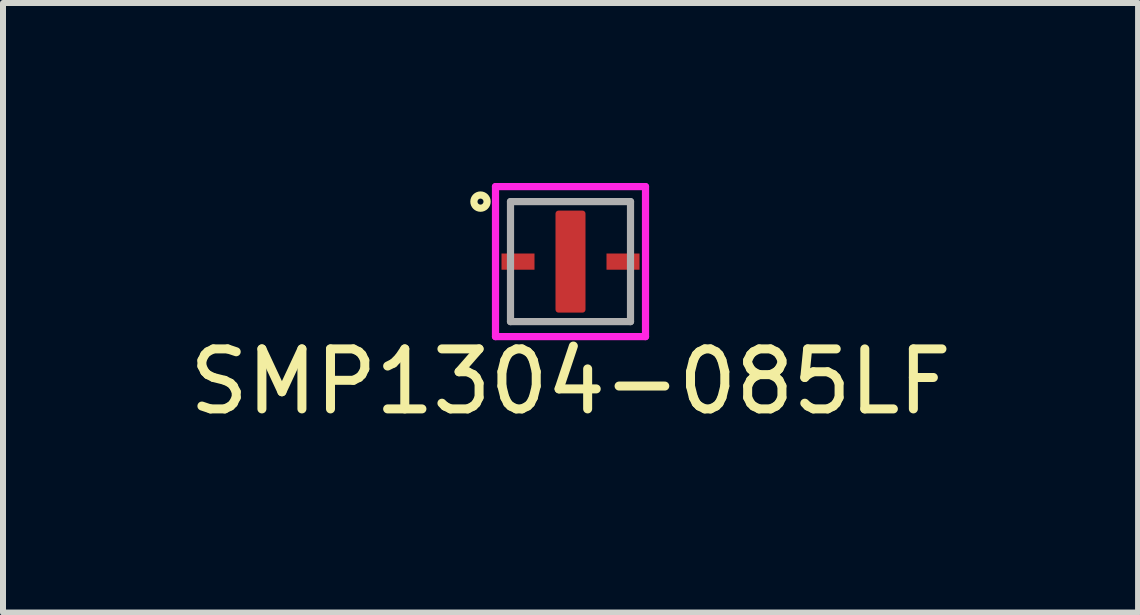
<source format=kicad_pcb>
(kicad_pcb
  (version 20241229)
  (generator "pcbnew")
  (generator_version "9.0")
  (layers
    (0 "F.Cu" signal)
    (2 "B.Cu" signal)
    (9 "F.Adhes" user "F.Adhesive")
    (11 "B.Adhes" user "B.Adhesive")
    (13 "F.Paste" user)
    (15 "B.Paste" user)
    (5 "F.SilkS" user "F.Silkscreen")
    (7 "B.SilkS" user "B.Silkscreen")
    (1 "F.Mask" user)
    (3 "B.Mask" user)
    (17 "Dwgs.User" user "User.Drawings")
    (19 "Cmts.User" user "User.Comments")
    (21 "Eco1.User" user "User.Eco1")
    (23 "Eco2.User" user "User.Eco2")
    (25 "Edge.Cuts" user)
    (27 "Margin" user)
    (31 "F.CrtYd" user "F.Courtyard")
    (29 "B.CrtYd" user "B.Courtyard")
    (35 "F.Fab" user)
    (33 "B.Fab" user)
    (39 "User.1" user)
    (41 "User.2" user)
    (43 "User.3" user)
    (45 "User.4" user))
  (footprint "SMP1304-085LF"
    (layer "F.Cu")
    (at 6.458 1.31)
    (property "Reference" "SMP1304-085LF" (at 0 2 0) (layer "F.SilkS") (effects (font (size 1 1) (thickness 0.15))))
    (attr through_hole)
    (fp_circle (center -1.5 -1) (end -1.55 -1) (stroke (width 0.12) (type solid)) (fill no) (layer "F.SilkS"))
    (fp_line (start -1.25 -1.25) (end 1.25 -1.25) (stroke (width 0.12) (type solid)) (layer "F.CrtYd"))
    (fp_line (start -1.25 1.25) (end -1.25 -1.25) (stroke (width 0.12) (type solid)) (layer "F.CrtYd"))
    (fp_line (start 1.25 -1.25) (end 1.25 1.25) (stroke (width 0.12) (type solid)) (layer "F.CrtYd"))
    (fp_line (start 1.25 1.25) (end -1.25 1.25) (stroke (width 0.12) (type solid)) (layer "F.CrtYd"))
    (fp_line (start -1 -1) (end 1 -1) (stroke (width 0.12) (type solid)) (layer "F.Fab"))
    (fp_line (start -1 1) (end -1 -1) (stroke (width 0.12) (type solid)) (layer "F.Fab"))
    (fp_line (start 1 -1) (end 1 1) (stroke (width 0.12) (type solid)) (layer "F.Fab"))
    (fp_line (start 1 1) (end -1 1) (stroke (width 0.12) (type solid)) (layer "F.Fab"))
    (pad "1" smd rect (at -0.875 0) (size 0.55 0.27) (layers "F.Cu" "F.Mask" "F.Paste"))
    (pad "2" smd roundrect (at 0 0) (size 0.5 1.7) (layers "F.Cu" "F.Mask" "F.Paste") (roundrect_rratio 0.1))
    (pad "3" smd rect (at 0.875 0) (size 0.55 0.27) (layers "F.Cu" "F.Mask" "F.Paste")))
  (gr_rect
    (start -3 -3)
    (end 15.917 7.158)
    (stroke (width 0.1) (type default))
    (fill no)
    (layer "Edge.Cuts")))
</source>
